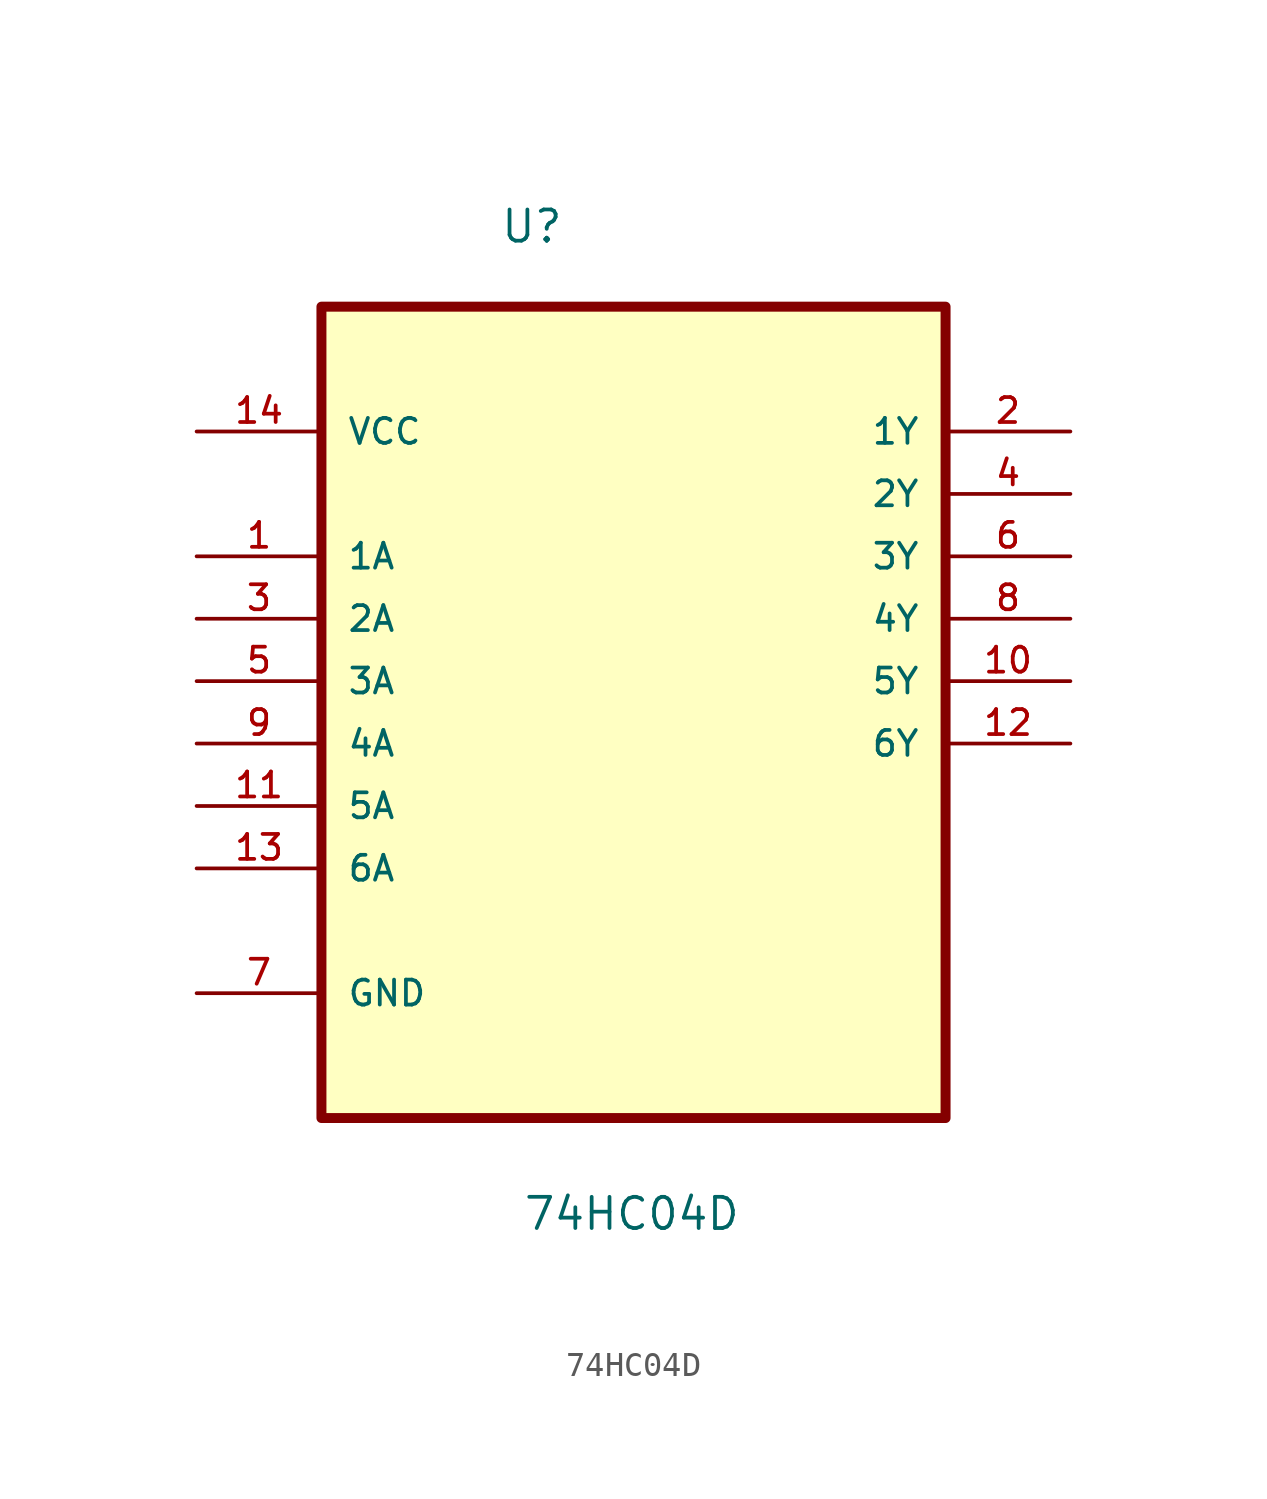
<source format=kicad_sym>
(kicad_symbol_lib
  (version 20211014)
  (generator kicad_symbol_editor)
  (symbol "74HC04D"
    (pin_names
      (offset 1.016))
    (property "Reference" "U"
      (at -5.447 15.222 0.0)
      (effects (font (size 1.27 1.27)) (justify bottom left)))
    (property "Value" "74HC04D"
      (at -4.524 -24.96 0.0)
      (effects (font (size 1.27 1.27)) (justify bottom left)))
    (symbol "74HC04D_0_0"
      (rectangle (start -12.7 -20.32) (end 12.7 12.7) (stroke (width 0.406)) (fill (type background)))
      (pin power_in line (at -17.78 7.62 0) (length 5.08) (name "VCC" (effects (font (size 1.016 1.016)))) (number "14" (effects (font (size 1.016 1.016)))))
      (pin input line (at -17.78 2.54 0) (length 5.08) (name "1A" (effects (font (size 1.016 1.016)))) (number "1" (effects (font (size 1.016 1.016)))))
      (pin input line (at -17.78 0.0 0) (length 5.08) (name "2A" (effects (font (size 1.016 1.016)))) (number "3" (effects (font (size 1.016 1.016)))))
      (pin input line (at -17.78 -2.54 0) (length 5.08) (name "3A" (effects (font (size 1.016 1.016)))) (number "5" (effects (font (size 1.016 1.016)))))
      (pin input line (at -17.78 -5.08 0) (length 5.08) (name "4A" (effects (font (size 1.016 1.016)))) (number "9" (effects (font (size 1.016 1.016)))))
      (pin input line (at -17.78 -7.62 0) (length 5.08) (name "5A" (effects (font (size 1.016 1.016)))) (number "11" (effects (font (size 1.016 1.016)))))
      (pin input line (at -17.78 -10.16 0) (length 5.08) (name "6A" (effects (font (size 1.016 1.016)))) (number "13" (effects (font (size 1.016 1.016)))))
      (pin passive line (at -17.78 -15.24 0) (length 5.08) (name "GND" (effects (font (size 1.016 1.016)))) (number "7" (effects (font (size 1.016 1.016)))))
      (pin output line (at 17.78 7.62 180.0) (length 5.08) (name "1Y" (effects (font (size 1.016 1.016)))) (number "2" (effects (font (size 1.016 1.016)))))
      (pin output line (at 17.78 5.08 180.0) (length 5.08) (name "2Y" (effects (font (size 1.016 1.016)))) (number "4" (effects (font (size 1.016 1.016)))))
      (pin output line (at 17.78 2.54 180.0) (length 5.08) (name "3Y" (effects (font (size 1.016 1.016)))) (number "6" (effects (font (size 1.016 1.016)))))
      (pin output line (at 17.78 0.0 180.0) (length 5.08) (name "4Y" (effects (font (size 1.016 1.016)))) (number "8" (effects (font (size 1.016 1.016)))))
      (pin output line (at 17.78 -2.54 180.0) (length 5.08) (name "5Y" (effects (font (size 1.016 1.016)))) (number "10" (effects (font (size 1.016 1.016)))))
      (pin output line (at 17.78 -5.08 180.0) (length 5.08) (name "6Y" (effects (font (size 1.016 1.016)))) (number "12" (effects (font (size 1.016 1.016))))))))
</source>
